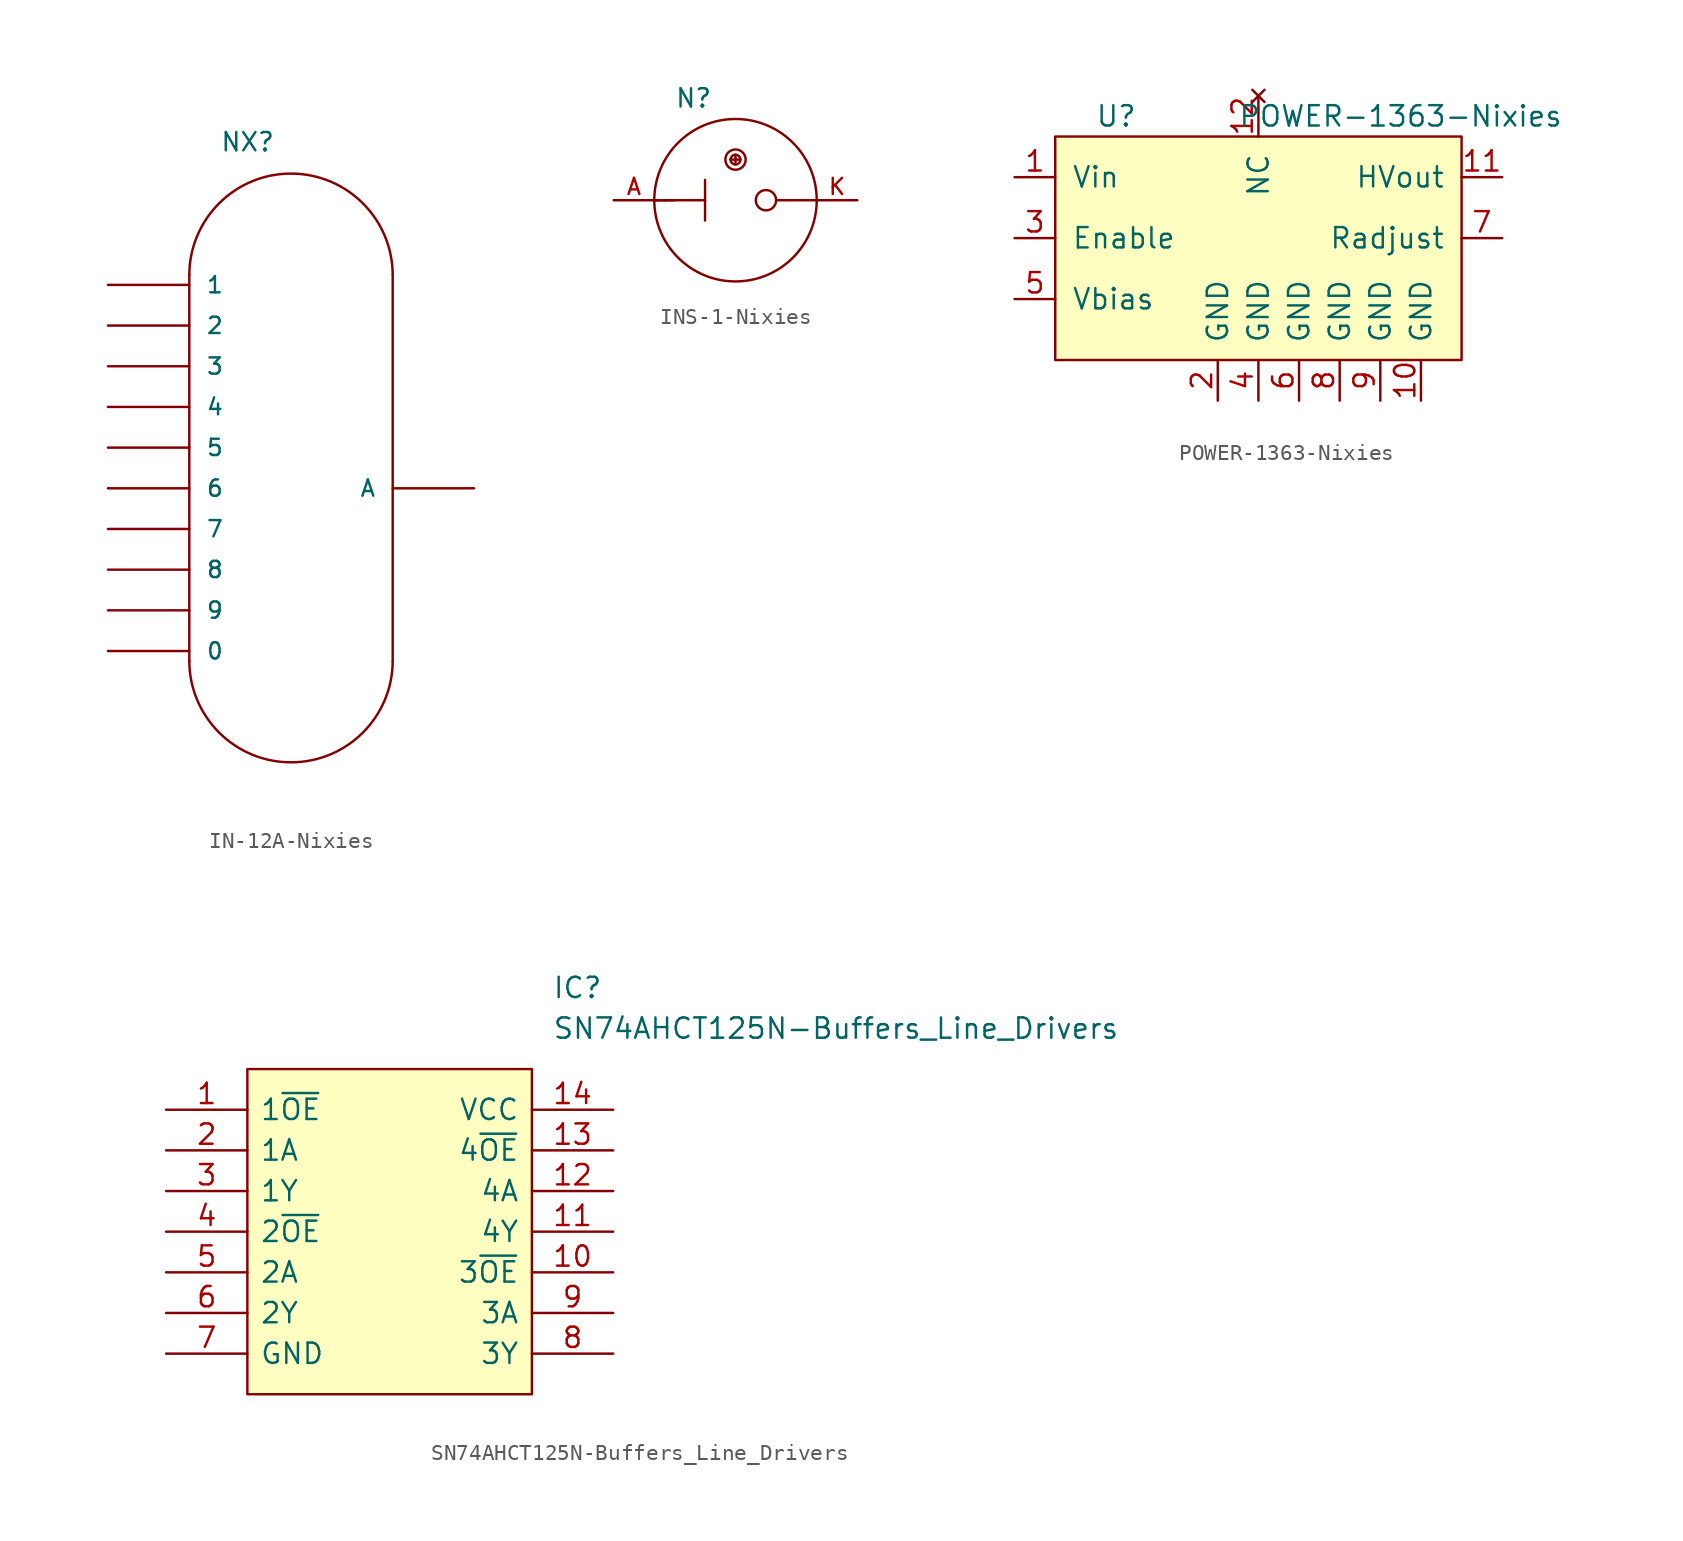
<source format=kicad_sym>
(kicad_symbol_lib
  (version 20211014)
  (generator kicad_symbol_editor)
  (symbol "IN-12A-Nixies"
    (pin_numbers hide)
    (pin_names
      (offset 1.016))
    (property "Reference" "NX"
      (at -5.715 20.955 0)
      (effects (font (size 1.143 1.143)) (justify left bottom)))
    (symbol "IN-12A-Nixies_1_0"
      (polyline (pts (xy -7.62 -10.795) (xy -7.62 13.335)) (stroke (width 0) (type default) (color 0 0 0 0)) (fill (type none)))
      (polyline (pts (xy 5.08 -10.795) (xy 5.08 13.335)) (stroke (width 0) (type default) (color 0 0 0 0)) (fill (type none))))
    (symbol "IN-12A-Nixies_1_1"
      (arc (start -7.62 -10.795) (mid -1.27 -17.145) (end 5.08 -10.795) (stroke (width 0) (type default) (color 0 0 0 0)) (fill (type none)))
      (arc (start 5.08 13.335) (mid -1.27 19.685) (end -7.62 13.335) (stroke (width 0) (type default) (color 0 0 0 0)) (fill (type none)))
      (pin bidirectional line (at -12.7 -10.16 0) (length 5.08) (name "0" (effects (font (size 1.016 1.016)))) (number "0" (effects (font (size 1.016 1.016)))))
      (pin bidirectional line (at -12.7 12.7 0) (length 5.08) (name "1" (effects (font (size 1.016 1.016)))) (number "1" (effects (font (size 1.016 1.016)))))
      (pin bidirectional line (at -12.7 10.16 0) (length 5.08) (name "2" (effects (font (size 1.016 1.016)))) (number "2" (effects (font (size 1.016 1.016)))))
      (pin bidirectional line (at -12.7 7.62 0) (length 5.08) (name "3" (effects (font (size 1.016 1.016)))) (number "3" (effects (font (size 1.016 1.016)))))
      (pin bidirectional line (at -12.7 5.08 0) (length 5.08) (name "4" (effects (font (size 1.016 1.016)))) (number "4" (effects (font (size 1.016 1.016)))))
      (pin bidirectional line (at -12.7 2.54 0) (length 5.08) (name "5" (effects (font (size 1.016 1.016)))) (number "5" (effects (font (size 1.016 1.016)))))
      (pin bidirectional line (at -12.7 0 0) (length 5.08) (name "6" (effects (font (size 1.016 1.016)))) (number "6" (effects (font (size 1.016 1.016)))))
      (pin bidirectional line (at -12.7 -2.54 0) (length 5.08) (name "7" (effects (font (size 1.016 1.016)))) (number "7" (effects (font (size 1.016 1.016)))))
      (pin bidirectional line (at -12.7 -5.08 0) (length 5.08) (name "8" (effects (font (size 1.016 1.016)))) (number "8" (effects (font (size 1.016 1.016)))))
      (pin bidirectional line (at -12.7 -7.62 0) (length 5.08) (name "9" (effects (font (size 1.016 1.016)))) (number "9" (effects (font (size 1.016 1.016)))))
      (pin bidirectional line (at 10.16 0 180) (length 5.08) (name "A" (effects (font (size 1.016 1.016)))) (number "A" (effects (font (size 1.016 1.016)))))))
  (symbol "INS-1-Nixies"
    (pin_names
      (offset 1.016) hide)
    (property "Reference" "N"
      (at 1.27 3.175 0)
      (effects (font (size 1.143 1.143)) (justify left bottom)))
    (symbol "INS-1-Nixies_1_0"
      (polyline (pts (xy 0 -2.54) (xy 0.635 -2.54)) (stroke (width 0) (type default) (color 0 0 0 0)) (fill (type none)))
      (polyline (pts (xy 0.635 -2.54) (xy 0 -2.54)) (stroke (width 0) (type default) (color 0 0 0 0)) (fill (type none)))
      (polyline (pts (xy 0.635 -2.54) (xy 3.175 -2.54)) (stroke (width 0) (type default) (color 0 0 0 0)) (fill (type none)))
      (polyline (pts (xy 1.27 -2.54) (xy 0.635 -2.54)) (stroke (width 0) (type default) (color 0 0 0 0)) (fill (type none)))
      (polyline (pts (xy 3.175 -2.54) (xy 3.175 -3.81)) (stroke (width 0) (type default) (color 0 0 0 0)) (fill (type none)))
      (polyline (pts (xy 3.175 -2.54) (xy 3.175 -1.27)) (stroke (width 0) (type default) (color 0 0 0 0)) (fill (type none)))
      (polyline (pts (xy 4.75 0) (xy 5.08 0)) (stroke (width 0) (type default) (color 0 0 0 0)) (fill (type none)))
      (polyline (pts (xy 5.08 0) (xy 5.08 -0.305)) (stroke (width 0) (type default) (color 0 0 0 0)) (fill (type none)))
      (polyline (pts (xy 5.08 0) (xy 5.08 0.305)) (stroke (width 0) (type default) (color 0 0 0 0)) (fill (type none)))
      (polyline (pts (xy 5.08 0) (xy 5.385 0)) (stroke (width 0) (type default) (color 0 0 0 0)) (fill (type none)))
      (polyline (pts (xy 10.16 -2.54) (xy 7.62 -2.54)) (stroke (width 0) (type default) (color 0 0 0 0)) (fill (type none))))
    (symbol "INS-1-Nixies_1_1"
      (circle (center 5.08 -2.54) (radius 5.08) (stroke (width 0) (type default) (color 0 0 0 0)) (fill (type none)))
      (circle (center 5.08 0) (radius 0.305) (stroke (width 0) (type default) (color 0 0 0 0)) (fill (type none)))
      (circle (center 5.08 0) (radius 0.635) (stroke (width 0) (type default) (color 0 0 0 0)) (fill (type none)))
      (circle (center 6.985 -2.54) (radius 0.635) (stroke (width 0) (type default) (color 0 0 0 0)) (fill (type none)))
      (pin bidirectional line (at -2.54 -2.54 0) (length 2.54) (name "A" (effects (font (size 1.016 1.016)))) (number "A" (effects (font (size 1.016 1.016)))))
      (pin bidirectional line (at 12.7 -2.54 180) (length 2.54) (name "K" (effects (font (size 1.016 1.016)))) (number "K" (effects (font (size 1.016 1.016)))))))
  (symbol "POWER-1363-Nixies"
    (pin_names
      (offset 1.016))
    (property "Reference" "U"
      (at 0 0 0)
      (effects (font (size 1.27 1.27))))
    (property "Value" "POWER-1363-Nixies"
      (at 17.78 0 0)
      (effects (font (size 1.27 1.27))))
    (symbol "POWER-1363-Nixies_0_1"
      (rectangle (start -3.81 -1.27) (end 21.59 -15.24) (stroke (width 0) (type default) (color 0 0 0 0)) (fill (type background))))
    (symbol "POWER-1363-Nixies_1_1"
      (pin power_in line (at -6.35 -3.81 0) (length 2.54) (name "Vin" (effects (font (size 1.27 1.27)))) (number "1" (effects (font (size 1.27 1.27)))))
      (pin power_in line (at 19.05 -17.78 90) (length 2.54) (name "GND" (effects (font (size 1.27 1.27)))) (number "10" (effects (font (size 1.27 1.27)))))
      (pin power_out line (at 24.13 -3.81 180) (length 2.54) (name "HVout" (effects (font (size 1.27 1.27)))) (number "11" (effects (font (size 1.27 1.27)))))
      (pin no_connect line (at 8.89 1.27 270) (length 2.54) (name "NC" (effects (font (size 1.27 1.27)))) (number "12" (effects (font (size 1.27 1.27)))))
      (pin power_in line (at 6.35 -17.78 90) (length 2.54) (name "GND" (effects (font (size 1.27 1.27)))) (number "2" (effects (font (size 1.27 1.27)))))
      (pin power_in line (at -6.35 -7.62 0) (length 2.54) (name "Enable" (effects (font (size 1.27 1.27)))) (number "3" (effects (font (size 1.27 1.27)))))
      (pin power_in line (at 8.89 -17.78 90) (length 2.54) (name "GND" (effects (font (size 1.27 1.27)))) (number "4" (effects (font (size 1.27 1.27)))))
      (pin power_in line (at -6.35 -11.43 0) (length 2.54) (name "Vbias" (effects (font (size 1.27 1.27)))) (number "5" (effects (font (size 1.27 1.27)))))
      (pin power_in line (at 11.43 -17.78 90) (length 2.54) (name "GND" (effects (font (size 1.27 1.27)))) (number "6" (effects (font (size 1.27 1.27)))))
      (pin passive line (at 24.13 -7.62 180) (length 2.54) (name "Radjust" (effects (font (size 1.27 1.27)))) (number "7" (effects (font (size 1.27 1.27)))))
      (pin power_in line (at 13.97 -17.78 90) (length 2.54) (name "GND" (effects (font (size 1.27 1.27)))) (number "8" (effects (font (size 1.27 1.27)))))
      (pin power_in line (at 16.51 -17.78 90) (length 2.54) (name "GND" (effects (font (size 1.27 1.27)))) (number "9" (effects (font (size 1.27 1.27)))))))
  (symbol "SN74AHCT125N-Buffers_Line_Drivers"
    (pin_names
      (offset 0.762))
    (property "Reference" "IC"
      (at 24.13 7.62 0)
      (effects (font (size 1.27 1.27)) (justify left)))
    (property "Value" "SN74AHCT125N-Buffers_Line_Drivers"
      (at 24.13 5.08 0)
      (effects (font (size 1.27 1.27)) (justify left)))
    (symbol "SN74AHCT125N-Buffers_Line_Drivers_0_0"
      (pin bidirectional line (at 0 0 0) (length 5.08) (name "1~{OE}" (effects (font (size 1.27 1.27)))) (number "1" (effects (font (size 1.27 1.27)))))
      (pin bidirectional line (at 27.94 -10.16 180) (length 5.08) (name "3~{OE}" (effects (font (size 1.27 1.27)))) (number "10" (effects (font (size 1.27 1.27)))))
      (pin bidirectional line (at 27.94 -7.62 180) (length 5.08) (name "4Y" (effects (font (size 1.27 1.27)))) (number "11" (effects (font (size 1.27 1.27)))))
      (pin bidirectional line (at 27.94 -5.08 180) (length 5.08) (name "4A" (effects (font (size 1.27 1.27)))) (number "12" (effects (font (size 1.27 1.27)))))
      (pin bidirectional line (at 27.94 -2.54 180) (length 5.08) (name "4~{OE}" (effects (font (size 1.27 1.27)))) (number "13" (effects (font (size 1.27 1.27)))))
      (pin bidirectional line (at 27.94 0 180) (length 5.08) (name "VCC" (effects (font (size 1.27 1.27)))) (number "14" (effects (font (size 1.27 1.27)))))
      (pin bidirectional line (at 0 -2.54 0) (length 5.08) (name "1A" (effects (font (size 1.27 1.27)))) (number "2" (effects (font (size 1.27 1.27)))))
      (pin bidirectional line (at 0 -5.08 0) (length 5.08) (name "1Y" (effects (font (size 1.27 1.27)))) (number "3" (effects (font (size 1.27 1.27)))))
      (pin bidirectional line (at 0 -7.62 0) (length 5.08) (name "2~{OE}" (effects (font (size 1.27 1.27)))) (number "4" (effects (font (size 1.27 1.27)))))
      (pin bidirectional line (at 0 -10.16 0) (length 5.08) (name "2A" (effects (font (size 1.27 1.27)))) (number "5" (effects (font (size 1.27 1.27)))))
      (pin bidirectional line (at 0 -12.7 0) (length 5.08) (name "2Y" (effects (font (size 1.27 1.27)))) (number "6" (effects (font (size 1.27 1.27)))))
      (pin bidirectional line (at 0 -15.24 0) (length 5.08) (name "GND" (effects (font (size 1.27 1.27)))) (number "7" (effects (font (size 1.27 1.27)))))
      (pin bidirectional line (at 27.94 -15.24 180) (length 5.08) (name "3Y" (effects (font (size 1.27 1.27)))) (number "8" (effects (font (size 1.27 1.27)))))
      (pin bidirectional line (at 27.94 -12.7 180) (length 5.08) (name "3A" (effects (font (size 1.27 1.27)))) (number "9" (effects (font (size 1.27 1.27))))))
    (symbol "SN74AHCT125N-Buffers_Line_Drivers_0_1"
      (polyline (pts (xy 5.08 2.54) (xy 22.86 2.54) (xy 22.86 -17.78) (xy 5.08 -17.78) (xy 5.08 2.54)) (stroke (width 0.152) (type default) (color 0 0 0 0)) (fill (type background))))))
</source>
